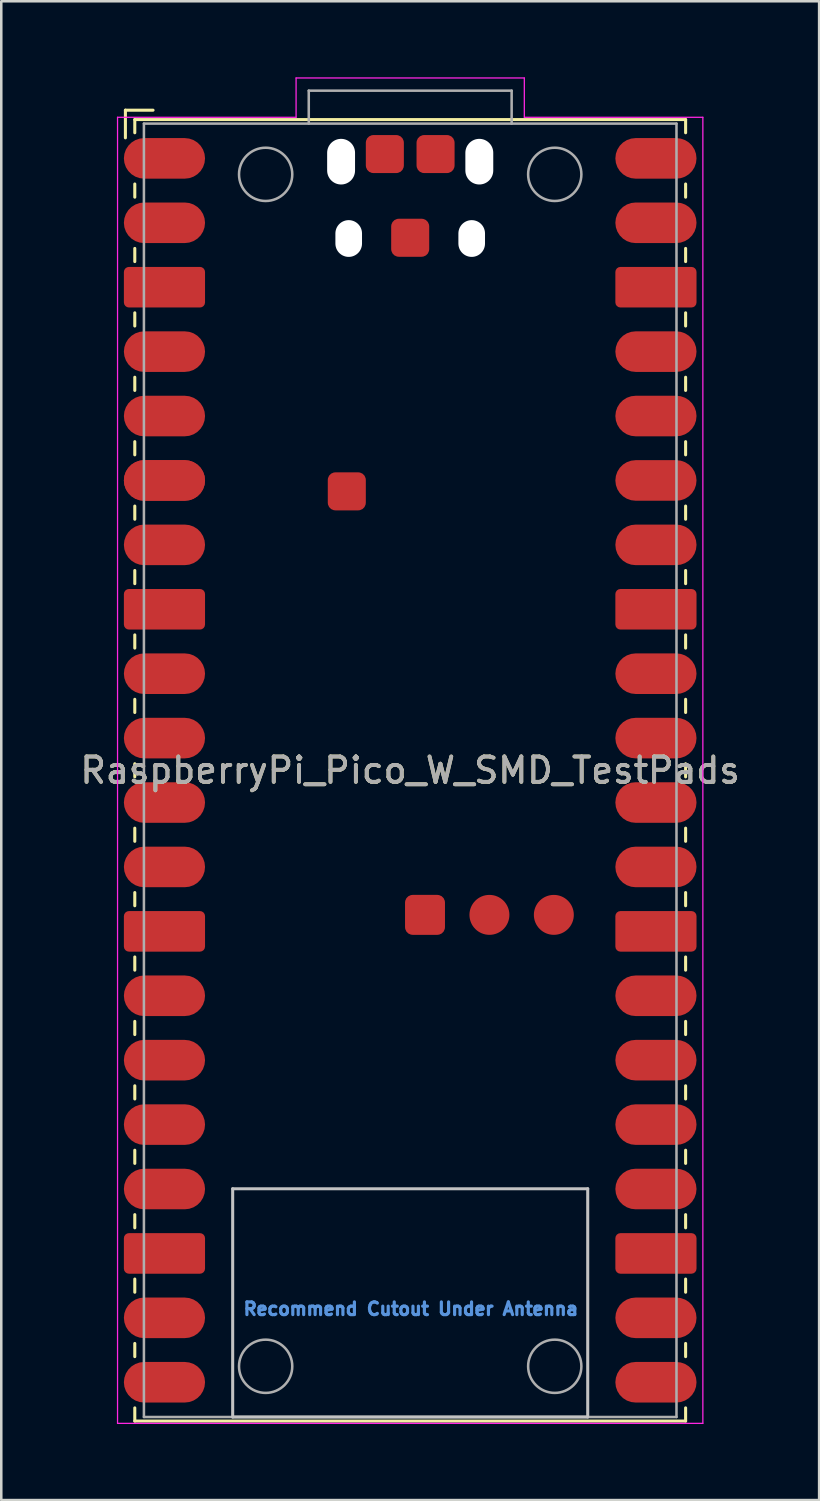
<source format=kicad_pcb>
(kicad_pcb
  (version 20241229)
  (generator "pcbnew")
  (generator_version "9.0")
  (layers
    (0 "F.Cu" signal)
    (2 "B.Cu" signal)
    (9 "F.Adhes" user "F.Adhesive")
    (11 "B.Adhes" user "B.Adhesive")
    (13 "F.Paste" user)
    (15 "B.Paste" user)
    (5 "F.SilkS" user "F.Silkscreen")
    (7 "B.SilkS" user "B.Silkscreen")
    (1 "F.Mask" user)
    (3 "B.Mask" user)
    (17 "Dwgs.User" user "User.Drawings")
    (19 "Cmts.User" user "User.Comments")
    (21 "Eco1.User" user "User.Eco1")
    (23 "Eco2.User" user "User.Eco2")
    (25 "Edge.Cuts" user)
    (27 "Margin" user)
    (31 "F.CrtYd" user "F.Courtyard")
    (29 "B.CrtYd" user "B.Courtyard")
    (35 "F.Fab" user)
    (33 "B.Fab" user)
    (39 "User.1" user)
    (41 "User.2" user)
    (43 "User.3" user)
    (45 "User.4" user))
  (footprint "RaspberryPi_Pico_W_SMD_TestPads"
    (layer "F.Cu")
    (at 13.125 27.325)
    (property "Reference" "RaspberryPi_Pico_W_SMD_TestPads" (at 0 0 0) (layer "F.SilkS") (effects (font (size 1 1) (thickness 0.15))))
    (attr smd)
    (fp_line (start -11.23 -26.03) (end -11.23 -24.94) (stroke (width 0.12) (type default)) (layer "F.SilkS"))
    (fp_line (start -10.86 -25.66) (end -10.86 -25.14) (stroke (width 0.12) (type default)) (layer "F.SilkS"))
    (fp_line (start -10.86 -23.12) (end -10.86 -22.6) (stroke (width 0.12) (type default)) (layer "F.SilkS"))
    (fp_line (start -10.86 -20.58) (end -10.86 -20.06) (stroke (width 0.12) (type default)) (layer "F.SilkS"))
    (fp_line (start -10.86 -18.04) (end -10.86 -17.52) (stroke (width 0.12) (type default)) (layer "F.SilkS"))
    (fp_line (start -10.86 -15.5) (end -10.86 -14.98) (stroke (width 0.12) (type default)) (layer "F.SilkS"))
    (fp_line (start -10.86 -12.96) (end -10.86 -12.44) (stroke (width 0.12) (type default)) (layer "F.SilkS"))
    (fp_line (start -10.86 -10.42) (end -10.86 -9.9) (stroke (width 0.12) (type default)) (layer "F.SilkS"))
    (fp_line (start -10.86 -7.88) (end -10.86 -7.36) (stroke (width 0.12) (type default)) (layer "F.SilkS"))
    (fp_line (start -10.86 -5.34) (end -10.86 -4.82) (stroke (width 0.12) (type default)) (layer "F.SilkS"))
    (fp_line (start -10.86 -2.8) (end -10.86 -2.28) (stroke (width 0.12) (type default)) (layer "F.SilkS"))
    (fp_line (start -10.86 -0.26) (end -10.86 0.26) (stroke (width 0.12) (type default)) (layer "F.SilkS"))
    (fp_line (start -10.86 2.28) (end -10.86 2.8) (stroke (width 0.12) (type default)) (layer "F.SilkS"))
    (fp_line (start -10.86 4.82) (end -10.86 5.34) (stroke (width 0.12) (type default)) (layer "F.SilkS"))
    (fp_line (start -10.86 7.36) (end -10.86 7.88) (stroke (width 0.12) (type default)) (layer "F.SilkS"))
    (fp_line (start -10.86 9.9) (end -10.86 10.42) (stroke (width 0.12) (type default)) (layer "F.SilkS"))
    (fp_line (start -10.86 12.44) (end -10.86 12.96) (stroke (width 0.12) (type default)) (layer "F.SilkS"))
    (fp_line (start -10.86 14.98) (end -10.86 15.5) (stroke (width 0.12) (type default)) (layer "F.SilkS"))
    (fp_line (start -10.86 17.52) (end -10.86 18.04) (stroke (width 0.12) (type default)) (layer "F.SilkS"))
    (fp_line (start -10.86 20.06) (end -10.86 20.58) (stroke (width 0.12) (type default)) (layer "F.SilkS"))
    (fp_line (start -10.86 22.6) (end -10.86 23.12) (stroke (width 0.12) (type default)) (layer "F.SilkS"))
    (fp_line (start -10.86 25.14) (end -10.86 25.66) (stroke (width 0.12) (type default)) (layer "F.SilkS"))
    (fp_line (start -10.86 25.66) (end 10.86 25.66) (stroke (width 0.12) (type default)) (layer "F.SilkS"))
    (fp_line (start -10.14 -26.03) (end -11.23 -26.03) (stroke (width 0.12) (type default)) (layer "F.SilkS"))
    (fp_line (start 10.86 -25.66) (end -10.86 -25.66) (stroke (width 0.12) (type default)) (layer "F.SilkS"))
    (fp_line (start 10.86 -25.66) (end 10.86 -25.14) (stroke (width 0.12) (type default)) (layer "F.SilkS"))
    (fp_line (start 10.86 -23.12) (end 10.86 -22.6) (stroke (width 0.12) (type default)) (layer "F.SilkS"))
    (fp_line (start 10.86 -20.58) (end 10.86 -20.06) (stroke (width 0.12) (type default)) (layer "F.SilkS"))
    (fp_line (start 10.86 -18.04) (end 10.86 -17.52) (stroke (width 0.12) (type default)) (layer "F.SilkS"))
    (fp_line (start 10.86 -15.5) (end 10.86 -14.98) (stroke (width 0.12) (type default)) (layer "F.SilkS"))
    (fp_line (start 10.86 -12.96) (end 10.86 -12.44) (stroke (width 0.12) (type default)) (layer "F.SilkS"))
    (fp_line (start 10.86 -10.42) (end 10.86 -9.9) (stroke (width 0.12) (type default)) (layer "F.SilkS"))
    (fp_line (start 10.86 -7.88) (end 10.86 -7.36) (stroke (width 0.12) (type default)) (layer "F.SilkS"))
    (fp_line (start 10.86 -5.34) (end 10.86 -4.82) (stroke (width 0.12) (type default)) (layer "F.SilkS"))
    (fp_line (start 10.86 -2.8) (end 10.86 -2.28) (stroke (width 0.12) (type default)) (layer "F.SilkS"))
    (fp_line (start 10.86 -0.26) (end 10.86 0.26) (stroke (width 0.12) (type default)) (layer "F.SilkS"))
    (fp_line (start 10.86 2.28) (end 10.86 2.8) (stroke (width 0.12) (type default)) (layer "F.SilkS"))
    (fp_line (start 10.86 4.82) (end 10.86 5.34) (stroke (width 0.12) (type default)) (layer "F.SilkS"))
    (fp_line (start 10.86 7.36) (end 10.86 7.88) (stroke (width 0.12) (type default)) (layer "F.SilkS"))
    (fp_line (start 10.86 9.9) (end 10.86 10.42) (stroke (width 0.12) (type default)) (layer "F.SilkS"))
    (fp_line (start 10.86 12.44) (end 10.86 12.96) (stroke (width 0.12) (type default)) (layer "F.SilkS"))
    (fp_line (start 10.86 14.98) (end 10.86 15.5) (stroke (width 0.12) (type default)) (layer "F.SilkS"))
    (fp_line (start 10.86 17.52) (end 10.86 18.04) (stroke (width 0.12) (type default)) (layer "F.SilkS"))
    (fp_line (start 10.86 20.06) (end 10.86 20.58) (stroke (width 0.12) (type default)) (layer "F.SilkS"))
    (fp_line (start 10.86 22.6) (end 10.86 23.12) (stroke (width 0.12) (type default)) (layer "F.SilkS"))
    (fp_line (start 10.86 25.14) (end 10.86 25.66) (stroke (width 0.12) (type default)) (layer "F.SilkS"))
    (fp_line (start -7 16.5) (end 7 16.5) (stroke (width 0.12) (type default)) (layer "Dwgs.User"))
    (fp_line (start -7 25.5) (end -7 16.5) (stroke (width 0.12) (type default)) (layer "Dwgs.User"))
    (fp_line (start -7 25.5) (end 7 25.5) (stroke (width 0.12) (type default)) (layer "Dwgs.User"))
    (fp_line (start 7 25.5) (end 7 16.5) (stroke (width 0.12) (type default)) (layer "Dwgs.User"))
    (fp_line (start -11.54 -25.75) (end -11.54 25.75) (stroke (width 0.05) (type default)) (layer "F.CrtYd"))
    (fp_line (start -11.54 -25.75) (end -4.5 -25.75) (stroke (width 0.05) (type default)) (layer "F.CrtYd"))
    (fp_line (start -11.54 25.75) (end 11.54 25.75) (stroke (width 0.05) (type default)) (layer "F.CrtYd"))
    (fp_line (start -4.5 -25.75) (end -4.5 -27.3) (stroke (width 0.05) (type default)) (layer "F.CrtYd"))
    (fp_line (start 4.5 -27.3) (end -4.5 -27.3) (stroke (width 0.05) (type default)) (layer "F.CrtYd"))
    (fp_line (start 4.5 -25.75) (end 4.5 -27.3) (stroke (width 0.05) (type default)) (layer "F.CrtYd"))
    (fp_line (start 4.5 -25.75) (end 11.54 -25.75) (stroke (width 0.05) (type default)) (layer "F.CrtYd"))
    (fp_line (start 11.54 -25.75) (end 11.54 25.75) (stroke (width 0.05) (type default)) (layer "F.CrtYd"))
    (fp_line (start -10.5 25.5) (end -10.5 -25.5) (stroke (width 0.1) (type default)) (layer "F.Fab"))
    (fp_line (start -10.5 25.5) (end 10.5 25.5) (stroke (width 0.1) (type default)) (layer "F.Fab"))
    (fp_line (start -4 -26.8) (end 4 -26.8) (stroke (width 0.1) (type default)) (layer "F.Fab"))
    (fp_line (start -4 -25.5) (end -4 -26.8) (stroke (width 0.1) (type default)) (layer "F.Fab"))
    (fp_line (start 4 -26.8) (end 4 -25.5) (stroke (width 0.1) (type default)) (layer "F.Fab"))
    (fp_line (start 10.5 -25.5) (end -10.5 -25.5) (stroke (width 0.1) (type default)) (layer "F.Fab"))
    (fp_line (start 10.5 25.5) (end 10.5 -25.5) (stroke (width 0.1) (type default)) (layer "F.Fab"))
    (fp_circle (center -5.7 -23.5) (end -4.65 -23.5) (stroke (width 0.1) (type default)) (fill no) (layer "F.Fab"))
    (fp_circle (center -5.7 23.5) (end -4.65 23.5) (stroke (width 0.1) (type default)) (fill no) (layer "F.Fab"))
    (fp_circle (center 5.7 -23.5) (end 6.75 -23.5) (stroke (width 0.1) (type default)) (fill no) (layer "F.Fab"))
    (fp_circle (center 5.7 23.5) (end 6.75 23.5) (stroke (width 0.1) (type default)) (fill no) (layer "F.Fab"))
    (fp_text user "Recommend Cutout Under Antenna" (at -6.64 21.53 0) (unlocked yes) (layer "Cmts.User") (effects (font (size 0.5 0.5) (thickness 0.125)) (justify left bottom)))
    (fp_text user "${REFERENCE}" (at 0 0 0) (layer "F.Fab") (effects (font (size 1 1) (thickness 0.15))))
    (pad "" np_thru_hole oval (at -2.725 -24) (size 1.1 1.8) (drill oval 1.1 1.8) (layers "*.Cu" "*.Mask"))
    (pad "" np_thru_hole oval (at -2.425 -20.97) (size 1.05 1.45) (drill oval 1.05 1.45) (layers "*.Cu" "*.Mask"))
    (pad "" np_thru_hole oval (at 2.425 -20.97) (size 1.05 1.45) (drill oval 1.05 1.45) (layers "*.Cu" "*.Mask"))
    (pad "" np_thru_hole oval (at 2.725 -24) (size 1.1 1.8) (drill oval 1.1 1.8) (layers "*.Cu" "*.Mask"))
    (pad "1" smd roundrect (at -9.69 -24.13) (size 3.2 1.6) (layers "F.Cu" "F.Mask" "F.Paste") (roundrect_rratio 0.5))
    (pad "2" smd roundrect (at -9.69 -21.59) (size 3.2 1.6) (layers "F.Cu" "F.Mask" "F.Paste") (roundrect_rratio 0.5))
    (pad "3" smd roundrect (at -9.69 -19.05) (size 3.2 1.6) (layers "F.Cu" "F.Mask" "F.Paste") (roundrect_rratio 0.125))
    (pad "4" smd roundrect (at -9.69 -16.51) (size 3.2 1.6) (layers "F.Cu" "F.Mask" "F.Paste") (roundrect_rratio 0.5))
    (pad "5" smd roundrect (at -9.69 -13.97) (size 3.2 1.6) (layers "F.Cu" "F.Mask" "F.Paste") (roundrect_rratio 0.5))
    (pad "6" smd roundrect (at -9.69 -11.43) (size 3.2 1.6) (layers "F.Cu" "F.Mask" "F.Paste") (roundrect_rratio 0.5))
    (pad "6" smd roundrect (at -9.69 -11.43) (size 3.2 1.6) (layers "F.Cu" "F.Mask" "F.Paste") (roundrect_rratio 0.5))
    (pad "7" smd roundrect (at -9.69 -8.89) (size 3.2 1.6) (layers "F.Cu" "F.Mask" "F.Paste") (roundrect_rratio 0.5))
    (pad "8" smd roundrect (at -9.69 -6.35) (size 3.2 1.6) (layers "F.Cu" "F.Mask" "F.Paste") (roundrect_rratio 0.125))
    (pad "9" smd roundrect (at -9.69 -3.81) (size 3.2 1.6) (layers "F.Cu" "F.Mask" "F.Paste") (roundrect_rratio 0.5))
    (pad "10" smd roundrect (at -9.69 -1.27) (size 3.2 1.6) (layers "F.Cu" "F.Mask" "F.Paste") (roundrect_rratio 0.5))
    (pad "11" smd roundrect (at -9.69 1.27) (size 3.2 1.6) (layers "F.Cu" "F.Mask" "F.Paste") (roundrect_rratio 0.5))
    (pad "12" smd roundrect (at -9.69 3.81) (size 3.2 1.6) (layers "F.Cu" "F.Mask" "F.Paste") (roundrect_rratio 0.5))
    (pad "13" smd roundrect (at -9.69 6.35) (size 3.2 1.6) (layers "F.Cu" "F.Mask" "F.Paste") (roundrect_rratio 0.125))
    (pad "14" smd roundrect (at -9.69 8.89) (size 3.2 1.6) (layers "F.Cu" "F.Mask" "F.Paste") (roundrect_rratio 0.5))
    (pad "15" smd roundrect (at -9.69 11.43) (size 3.2 1.6) (layers "F.Cu" "F.Mask" "F.Paste") (roundrect_rratio 0.5))
    (pad "16" smd roundrect (at -9.69 13.97) (size 3.2 1.6) (layers "F.Cu" "F.Mask" "F.Paste") (roundrect_rratio 0.5))
    (pad "17" smd roundrect (at -9.69 16.51) (size 3.2 1.6) (layers "F.Cu" "F.Mask" "F.Paste") (roundrect_rratio 0.5))
    (pad "18" smd roundrect (at -9.69 19.05) (size 3.2 1.6) (layers "F.Cu" "F.Mask" "F.Paste") (roundrect_rratio 0.125))
    (pad "19" smd roundrect (at -9.69 21.59) (size 3.2 1.6) (layers "F.Cu" "F.Mask" "F.Paste") (roundrect_rratio 0.5))
    (pad "20" smd roundrect (at -9.69 24.13) (size 3.2 1.6) (layers "F.Cu" "F.Mask" "F.Paste") (roundrect_rratio 0.5))
    (pad "21" smd roundrect (at 9.69 24.13) (size 3.2 1.6) (layers "F.Cu" "F.Mask" "F.Paste") (roundrect_rratio 0.5))
    (pad "22" smd roundrect (at 9.69 21.59) (size 3.2 1.6) (layers "F.Cu" "F.Mask" "F.Paste") (roundrect_rratio 0.5))
    (pad "23" smd roundrect (at 9.69 19.05) (size 3.2 1.6) (layers "F.Cu" "F.Mask" "F.Paste") (roundrect_rratio 0.125))
    (pad "24" smd roundrect (at 9.69 16.51) (size 3.2 1.6) (layers "F.Cu" "F.Mask" "F.Paste") (roundrect_rratio 0.5))
    (pad "25" smd roundrect (at 9.69 13.97) (size 3.2 1.6) (layers "F.Cu" "F.Mask" "F.Paste") (roundrect_rratio 0.5))
    (pad "26" smd roundrect (at 9.69 11.43) (size 3.2 1.6) (layers "F.Cu" "F.Mask" "F.Paste") (roundrect_rratio 0.5))
    (pad "27" smd roundrect (at 9.69 8.89) (size 3.2 1.6) (layers "F.Cu" "F.Mask" "F.Paste") (roundrect_rratio 0.5))
    (pad "28" smd roundrect (at 9.69 6.35) (size 3.2 1.6) (layers "F.Cu" "F.Mask" "F.Paste") (roundrect_rratio 0.125))
    (pad "29" smd roundrect (at 9.69 3.81) (size 3.2 1.6) (layers "F.Cu" "F.Mask" "F.Paste") (roundrect_rratio 0.5))
    (pad "30" smd roundrect (at 9.69 1.27) (size 3.2 1.6) (layers "F.Cu" "F.Mask" "F.Paste") (roundrect_rratio 0.5))
    (pad "31" smd roundrect (at 9.69 -1.27) (size 3.2 1.6) (layers "F.Cu" "F.Mask" "F.Paste") (roundrect_rratio 0.5))
    (pad "32" smd roundrect (at 9.69 -3.81) (size 3.2 1.6) (layers "F.Cu" "F.Mask" "F.Paste") (roundrect_rratio 0.5))
    (pad "33" smd roundrect (at 9.69 -6.35) (size 3.2 1.6) (layers "F.Cu" "F.Mask" "F.Paste") (roundrect_rratio 0.125))
    (pad "34" smd roundrect (at 9.69 -8.89) (size 3.2 1.6) (layers "F.Cu" "F.Mask" "F.Paste") (roundrect_rratio 0.5))
    (pad "35" smd roundrect (at 9.69 -11.43) (size 3.2 1.6) (layers "F.Cu" "F.Mask" "F.Paste") (roundrect_rratio 0.5))
    (pad "36" smd roundrect (at 9.69 -13.97) (size 3.2 1.6) (layers "F.Cu" "F.Mask" "F.Paste") (roundrect_rratio 0.5))
    (pad "37" smd roundrect (at 9.69 -16.51) (size 3.2 1.6) (layers "F.Cu" "F.Mask" "F.Paste") (roundrect_rratio 0.5))
    (pad "38" smd roundrect (at 9.69 -19.05) (size 3.2 1.6) (layers "F.Cu" "F.Mask" "F.Paste") (roundrect_rratio 0.125))
    (pad "39" smd roundrect (at 9.69 -21.59) (size 3.2 1.6) (layers "F.Cu" "F.Mask" "F.Paste") (roundrect_rratio 0.5))
    (pad "40" smd roundrect (at 9.69 -24.13) (size 3.2 1.6) (layers "F.Cu" "F.Mask" "F.Paste") (roundrect_rratio 0.5))
    (pad "D1" smd roundrect (at 0.584 5.7) (size 1.575 1.575) (layers "F.Cu" "F.Mask" "F.Paste") (roundrect_rratio 0.191))
    (pad "D2" smd circle (at 3.124 5.7) (size 1.575 1.575) (layers "F.Cu" "F.Mask" "F.Paste"))
    (pad "D3" smd circle (at 5.664 5.7) (size 1.575 1.575) (layers "F.Cu" "F.Mask" "F.Paste"))
    (pad "TP1" smd roundrect (at 0 -21) (size 1.5 1.5) (layers "F.Cu" "F.Mask" "F.Paste") (roundrect_rratio 0.2))
    (pad "TP2" smd roundrect (at -1 -24.3) (size 1.5 1.5) (layers "F.Cu" "F.Mask" "F.Paste") (roundrect_rratio 0.2))
    (pad "TP3" smd roundrect (at 1 -24.3) (size 1.5 1.5) (layers "F.Cu" "F.Mask" "F.Paste") (roundrect_rratio 0.2))
    (pad "TP6" smd roundrect (at -2.5 -11) (size 1.5 1.5) (layers "F.Cu" "F.Mask" "F.Paste") (roundrect_rratio 0.2))
    (zone (net_name "") (layer "F.Cu") (name "avoid shorts with TP4") (hatch edge 0.5) (connect_pads) (min_thickness 0.25) (filled_areas_thickness no) (keepout (tracks not_allowed) (vias not_allowed) (pads not_allowed) (copperpour not_allowed) (footprints not_allowed)) (placement (enabled no)) (fill) (polygon (pts (xy 9.62 10.32) (xy 11.63 10.32) (xy 11.63 12.335) (xy 9.62 12.335))))
    (zone (net_name "") (layer "F.Cu") (name "avoid shorts with test pad 5") (hatch edge 0.5) (connect_pads) (min_thickness 0.25) (filled_areas_thickness no) (keepout (tracks not_allowed) (vias not_allowed) (pads not_allowed) (copperpour not_allowed) (footprints not_allowed)) (placement (enabled no)) (fill) (polygon (pts (xy 9.62 12.82) (xy 11.63 12.82) (xy 11.63 14.83) (xy 9.62 14.83))))
    (zone (net_name "") (layers "F.Cu" "B.Cu") (name "remove copper under antenna") (hatch edge 0.5) (connect_pads) (min_thickness 0.25) (filled_areas_thickness no) (keepout (tracks not_allowed) (vias not_allowed) (pads not_allowed) (copperpour not_allowed) (footprints not_allowed)) (placement (enabled no)) (fill) (polygon (pts (xy 6.125 43.825) (xy 20.125 43.825) (xy 20.125 52.825) (xy 6.125 52.825)))))
  (gr_rect
    (start -3 -3)
    (end 29.25 56.1)
    (stroke (width 0.1) (type default))
    (fill no)
    (layer "Edge.Cuts")))
</source>
